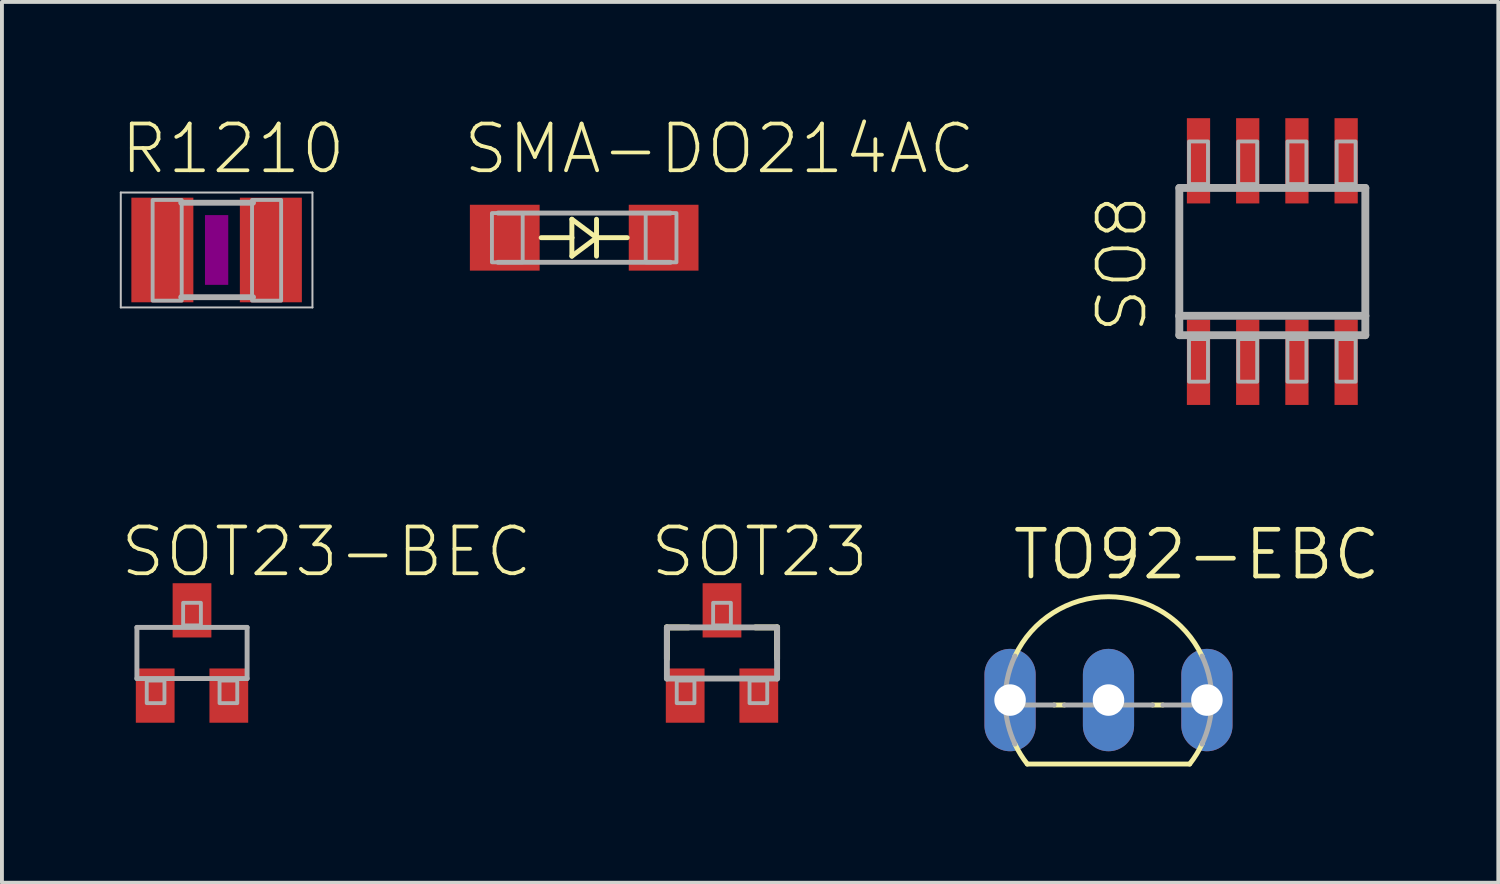
<source format=kicad_pcb>
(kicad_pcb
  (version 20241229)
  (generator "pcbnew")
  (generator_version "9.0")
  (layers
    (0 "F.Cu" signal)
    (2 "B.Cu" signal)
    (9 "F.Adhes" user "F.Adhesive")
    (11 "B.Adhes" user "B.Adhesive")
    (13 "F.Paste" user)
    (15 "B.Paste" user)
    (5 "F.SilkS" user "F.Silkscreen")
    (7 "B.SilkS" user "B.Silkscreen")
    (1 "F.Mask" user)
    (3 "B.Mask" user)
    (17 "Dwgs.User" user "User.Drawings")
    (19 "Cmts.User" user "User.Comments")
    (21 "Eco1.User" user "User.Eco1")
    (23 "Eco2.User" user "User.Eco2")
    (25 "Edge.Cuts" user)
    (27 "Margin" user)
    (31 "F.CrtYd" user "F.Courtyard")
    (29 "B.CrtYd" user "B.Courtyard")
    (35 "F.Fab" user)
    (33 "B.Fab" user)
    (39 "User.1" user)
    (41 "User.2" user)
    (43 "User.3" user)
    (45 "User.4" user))
  (footprint "TO92-EBC"
    (layer "F.Cu")
    (at 25.556 13.746)
    (property "Reference" "TO92-EBC" (at -2.54 -1.778 0) (layer "F.SilkS") (effects (font (size 1.206 1.206) (thickness 0.121)) (justify left bottom)))
    (attr through_hole)
    (fp_line (start -2.095 2.921) (end 2.095 2.921) (stroke (width 0.127) (type solid)) (layer "F.SilkS"))
    (fp_line (start -1.136 1.397) (end -1.404 1.397) (stroke (width 0.127) (type solid)) (layer "F.SilkS"))
    (fp_line (start 1.404 1.397) (end 1.136 1.397) (stroke (width 0.127) (type solid)) (layer "F.SilkS"))
    (fp_arc (start -2.413 0.1341) (mid -0.000001 -1.396986) (end 2.412999 0.134099) (stroke (width 0.127) (type solid)) (layer "F.SilkS"))
    (fp_arc (start -2.095 2.921) (mid -2.268918 2.67252) (end -2.4135 2.4059) (stroke (width 0.127) (type solid)) (layer "F.SilkS"))
    (fp_arc (start 2.4247 2.3818) (mid 2.275878 2.661201) (end 2.095 2.921) (stroke (width 0.127) (type solid)) (layer "F.SilkS"))
    (fp_line (start -1.404 1.397) (end -2.664 1.397) (stroke (width 0.127) (type solid)) (layer "F.Fab"))
    (fp_line (start 1.136 1.397) (end -1.136 1.397) (stroke (width 0.127) (type solid)) (layer "F.Fab"))
    (fp_line (start 2.664 1.397) (end 1.404 1.397) (stroke (width 0.127) (type solid)) (layer "F.Fab"))
    (fp_arc (start -2.664 1.397) (mid -2.615858 0.750175) (end -2.413 0.1341) (stroke (width 0.127) (type solid)) (layer "F.Fab"))
    (fp_arc (start -2.413 2.4059) (mid -2.588137 1.913799) (end -2.664 1.397) (stroke (width 0.127) (type solid)) (layer "F.Fab"))
    (fp_arc (start 2.413 0.1341) (mid 2.615858 0.750175) (end 2.664 1.397) (stroke (width 0.127) (type solid)) (layer "F.Fab"))
    (fp_arc (start 2.664 1.397) (mid 2.588137 1.913799) (end 2.413 2.4059) (stroke (width 0.127) (type solid)) (layer "F.Fab"))
    (pad "B" thru_hole oval (at 0 1.27 90) (size 2.642 1.321) (drill 0.813) (layers "*.Cu" "*.Mask"))
    (pad "C" thru_hole oval (at 2.54 1.27 90) (size 2.642 1.321) (drill 0.813) (layers "*.Cu" "*.Mask"))
    (pad "E" thru_hole oval (at -2.54 1.27 90) (size 2.642 1.321) (drill 0.813) (layers "*.Cu" "*.Mask")))
  (footprint "R1210"
    (layer "F.Cu")
    (at 2.54 3.401)
    (property "Reference" "R1210" (at -2.54 -1.905 0) (layer "F.SilkS") (effects (font (size 1.206 1.206) (thickness 0.097)) (justify left bottom)))
    (attr through_hole)
    (fp_poly (pts (xy -0.3 0.9) (xy 0.3 0.9) (xy 0.3 -0.9) (xy -0.3 -0.9)) (stroke (width 0) (type solid)) (fill yes) (layer "F.Adhes"))
    (fp_line (start -2.473 -1.483) (end 2.473 -1.483) (stroke (width 0.051) (type solid)) (layer "Dwgs.User"))
    (fp_line (start -2.473 1.483) (end -2.473 -1.483) (stroke (width 0.051) (type solid)) (layer "Dwgs.User"))
    (fp_line (start 2.473 -1.483) (end 2.473 1.483) (stroke (width 0.051) (type solid)) (layer "Dwgs.User"))
    (fp_line (start 2.473 1.483) (end -2.473 1.483) (stroke (width 0.051) (type solid)) (layer "Dwgs.User"))
    (fp_line (start -0.913 -1.219) (end 0.939 -1.219) (stroke (width 0.152) (type solid)) (layer "F.Fab"))
    (fp_line (start -0.913 1.219) (end 0.939 1.219) (stroke (width 0.152) (type solid)) (layer "F.Fab"))
    (fp_poly (pts (xy -1.651 1.308) (xy -0.901 1.308) (xy -0.901 -1.292) (xy -1.651 -1.292)) (stroke (width 0.1) (type solid)) (fill no) (layer "F.Fab"))
    (fp_poly (pts (xy 0.914 1.308) (xy 1.665 1.308) (xy 1.665 -1.292) (xy 0.914 -1.292)) (stroke (width 0.1) (type solid)) (fill no) (layer "F.Fab"))
    (pad "1" smd rect (at -1.4 0) (size 1.6 2.7) (layers "F.Cu" "F.Mask" "F.Paste"))
    (pad "2" smd rect (at 1.4 0) (size 1.6 2.7) (layers "F.Cu" "F.Mask" "F.Paste")))
  (footprint "SOT23"
    (layer "F.Cu")
    (at 15.582 13.801)
    (property "Reference" "SOT23" (at -1.905 -1.905 0) (layer "F.SilkS") (effects (font (size 1.206 1.206) (thickness 0.097)) (justify left bottom)))
    (attr through_hole)
    (fp_line (start -1.422 -0.66) (end -0.864 -0.66) (stroke (width 0.152) (type solid)) (layer "F.SilkS"))
    (fp_line (start -1.422 0.152) (end -1.422 -0.66) (stroke (width 0.152) (type solid)) (layer "F.SilkS"))
    (fp_line (start 0.864 -0.66) (end 1.422 -0.66) (stroke (width 0.152) (type solid)) (layer "F.SilkS"))
    (fp_line (start 1.422 -0.66) (end 1.422 0.152) (stroke (width 0.152) (type solid)) (layer "F.SilkS"))
    (fp_line (start -1.422 -0.66) (end 1.422 -0.66) (stroke (width 0.152) (type solid)) (layer "F.Fab"))
    (fp_line (start -1.422 0.66) (end -1.422 -0.66) (stroke (width 0.152) (type solid)) (layer "F.Fab"))
    (fp_line (start 1.422 -0.66) (end 1.422 0.66) (stroke (width 0.152) (type solid)) (layer "F.Fab"))
    (fp_line (start 1.422 0.66) (end -1.422 0.66) (stroke (width 0.152) (type solid)) (layer "F.Fab"))
    (fp_poly (pts (xy -1.168 1.295) (xy -0.711 1.295) (xy -0.711 0.711) (xy -1.168 0.711)) (stroke (width 0.1) (type solid)) (fill no) (layer "F.Fab"))
    (fp_poly (pts (xy -0.229 -0.711) (xy 0.229 -0.711) (xy 0.229 -1.295) (xy -0.229 -1.295)) (stroke (width 0.1) (type solid)) (fill no) (layer "F.Fab"))
    (fp_poly (pts (xy 0.711 1.295) (xy 1.168 1.295) (xy 1.168 0.711) (xy 0.711 0.711)) (stroke (width 0.1) (type solid)) (fill no) (layer "F.Fab"))
    (pad "1" smd rect (at -0.95 1.1) (size 1 1.4) (layers "F.Cu" "F.Mask" "F.Paste"))
    (pad "2" smd rect (at 0.95 1.1) (size 1 1.4) (layers "F.Cu" "F.Mask" "F.Paste"))
    (pad "3" smd rect (at 0 -1.1) (size 1 1.4) (layers "F.Cu" "F.Mask" "F.Paste")))
  (footprint "SOT23-BEC"
    (layer "F.Cu")
    (at 1.905 13.801)
    (property "Reference" "SOT23-BEC" (at -1.905 -1.905 180) (layer "F.SilkS") (effects (font (size 1.206 1.206) (thickness 0.097)) (justify left bottom)))
    (attr through_hole)
    (fp_line (start -1.422 -0.66) (end 1.422 -0.66) (stroke (width 0.127) (type solid)) (layer "F.Fab"))
    (fp_line (start -1.422 0.66) (end -1.422 -0.66) (stroke (width 0.127) (type solid)) (layer "F.Fab"))
    (fp_line (start 1.422 -0.66) (end 1.422 0.66) (stroke (width 0.127) (type solid)) (layer "F.Fab"))
    (fp_line (start 1.422 0.66) (end -1.422 0.66) (stroke (width 0.127) (type solid)) (layer "F.Fab"))
    (fp_poly (pts (xy -1.168 1.295) (xy -0.711 1.295) (xy -0.711 0.711) (xy -1.168 0.711)) (stroke (width 0.1) (type solid)) (fill no) (layer "F.Fab"))
    (fp_poly (pts (xy -0.229 -0.711) (xy 0.229 -0.711) (xy 0.229 -1.295) (xy -0.229 -1.295)) (stroke (width 0.1) (type solid)) (fill no) (layer "F.Fab"))
    (fp_poly (pts (xy 0.711 1.295) (xy 1.168 1.295) (xy 1.168 0.711) (xy 0.711 0.711)) (stroke (width 0.1) (type solid)) (fill no) (layer "F.Fab"))
    (pad "B" smd rect (at -0.95 1.1) (size 1 1.4) (layers "F.Cu" "F.Mask" "F.Paste"))
    (pad "C" smd rect (at 0 -1.1) (size 1 1.4) (layers "F.Cu" "F.Mask" "F.Paste"))
    (pad "E" smd rect (at 0.95 1.1) (size 1 1.4) (layers "F.Cu" "F.Mask" "F.Paste")))
  (footprint "SMA-DO214AC"
    (layer "F.Cu")
    (at 12.026 3.084)
    (property "Reference" "SMA-DO214AC" (at -3.175 -1.587 0) (layer "F.SilkS") (effects (font (size 1.206 1.206) (thickness 0.097)) (justify left bottom)))
    (attr through_hole)
    (fp_line (start -0.318 -0.476) (end -0.318 0) (stroke (width 0.127) (type solid)) (layer "F.SilkS"))
    (fp_line (start -0.318 0) (end -1.111 0) (stroke (width 0.127) (type solid)) (layer "F.SilkS"))
    (fp_line (start -0.318 0) (end -0.318 0.476) (stroke (width 0.127) (type solid)) (layer "F.SilkS"))
    (fp_line (start -0.318 0.476) (end 0.318 0) (stroke (width 0.127) (type solid)) (layer "F.SilkS"))
    (fp_line (start 0.318 0) (end -0.318 -0.476) (stroke (width 0.127) (type solid)) (layer "F.SilkS"))
    (fp_line (start 0.318 0) (end 0.318 -0.476) (stroke (width 0.127) (type solid)) (layer "F.SilkS"))
    (fp_line (start 0.318 0) (end 0.318 0.476) (stroke (width 0.127) (type solid)) (layer "F.SilkS"))
    (fp_line (start 0.318 0) (end 1.111 0) (stroke (width 0.127) (type solid)) (layer "F.SilkS"))
    (fp_line (start -2.223 -0.635) (end 2.223 -0.635) (stroke (width 0.127) (type solid)) (layer "F.Fab"))
    (fp_line (start -2.223 0.635) (end 2.223 0.635) (stroke (width 0.127) (type solid)) (layer "F.Fab"))
    (fp_poly (pts (xy -2.381 0.635) (xy -1.587 0.635) (xy -1.587 -0.635) (xy -2.381 -0.635)) (stroke (width 0.1) (type solid)) (fill no) (layer "F.Fab"))
    (fp_poly (pts (xy 1.587 0.635) (xy 2.381 0.635) (xy 2.381 -0.635) (xy 1.587 -0.635)) (stroke (width 0.1) (type solid)) (fill no) (layer "F.Fab"))
    (pad "A" smd rect (at -2.05 0) (size 1.8 1.7) (layers "F.Cu" "F.Mask" "F.Paste"))
    (pad "K" smd rect (at 2.05 0) (size 1.8 1.7) (layers "F.Cu" "F.Mask" "F.Paste")))
  (footprint "SO8"
    (layer "F.Cu")
    (at 29.784 3.7)
    (property "Reference" "SO8" (at -3.175 1.905 270) (layer "F.SilkS") (effects (font (size 1.206 1.206) (thickness 0.097)) (justify left bottom)))
    (attr through_hole)
    (fp_line (start -2.4 -1.9) (end 2.4 -1.9) (stroke (width 0.203) (type solid)) (layer "F.Fab"))
    (fp_line (start -2.4 1.4) (end -2.4 -1.9) (stroke (width 0.203) (type solid)) (layer "F.Fab"))
    (fp_line (start -2.4 1.9) (end -2.4 1.4) (stroke (width 0.203) (type solid)) (layer "F.Fab"))
    (fp_line (start 2.4 -1.9) (end 2.4 1.4) (stroke (width 0.203) (type solid)) (layer "F.Fab"))
    (fp_line (start 2.4 1.4) (end -2.4 1.4) (stroke (width 0.203) (type solid)) (layer "F.Fab"))
    (fp_line (start 2.4 1.4) (end 2.4 1.9) (stroke (width 0.203) (type solid)) (layer "F.Fab"))
    (fp_line (start 2.4 1.9) (end -2.4 1.9) (stroke (width 0.203) (type solid)) (layer "F.Fab"))
    (fp_poly (pts (xy -2.15 -2) (xy -1.66 -2) (xy -1.66 -3.1) (xy -2.15 -3.1)) (stroke (width 0.1) (type solid)) (fill no) (layer "F.Fab"))
    (fp_poly (pts (xy -2.15 3.1) (xy -1.66 3.1) (xy -1.66 2) (xy -2.15 2)) (stroke (width 0.1) (type solid)) (fill no) (layer "F.Fab"))
    (fp_poly (pts (xy -0.88 -2) (xy -0.39 -2) (xy -0.39 -3.1) (xy -0.88 -3.1)) (stroke (width 0.1) (type solid)) (fill no) (layer "F.Fab"))
    (fp_poly (pts (xy -0.88 3.1) (xy -0.39 3.1) (xy -0.39 2) (xy -0.88 2)) (stroke (width 0.1) (type solid)) (fill no) (layer "F.Fab"))
    (fp_poly (pts (xy 0.39 -2) (xy 0.88 -2) (xy 0.88 -3.1) (xy 0.39 -3.1)) (stroke (width 0.1) (type solid)) (fill no) (layer "F.Fab"))
    (fp_poly (pts (xy 0.39 3.1) (xy 0.88 3.1) (xy 0.88 2) (xy 0.39 2)) (stroke (width 0.1) (type solid)) (fill no) (layer "F.Fab"))
    (fp_poly (pts (xy 1.66 -2) (xy 2.15 -2) (xy 2.15 -3.1) (xy 1.66 -3.1)) (stroke (width 0.1) (type solid)) (fill no) (layer "F.Fab"))
    (fp_poly (pts (xy 1.66 3.1) (xy 2.15 3.1) (xy 2.15 2) (xy 1.66 2)) (stroke (width 0.1) (type solid)) (fill no) (layer "F.Fab"))
    (pad "1" smd rect (at -1.905 2.6) (size 0.6 2.2) (layers "F.Cu" "F.Mask" "F.Paste"))
    (pad "2" smd rect (at -0.635 2.6) (size 0.6 2.2) (layers "F.Cu" "F.Mask" "F.Paste"))
    (pad "3" smd rect (at 0.635 2.6) (size 0.6 2.2) (layers "F.Cu" "F.Mask" "F.Paste"))
    (pad "4" smd rect (at 1.905 2.6) (size 0.6 2.2) (layers "F.Cu" "F.Mask" "F.Paste"))
    (pad "5" smd rect (at 1.905 -2.6) (size 0.6 2.2) (layers "F.Cu" "F.Mask" "F.Paste"))
    (pad "6" smd rect (at 0.635 -2.6) (size 0.6 2.2) (layers "F.Cu" "F.Mask" "F.Paste"))
    (pad "7" smd rect (at -0.635 -2.6) (size 0.6 2.2) (layers "F.Cu" "F.Mask" "F.Paste"))
    (pad "8" smd rect (at -1.905 -2.6) (size 0.6 2.2) (layers "F.Cu" "F.Mask" "F.Paste")))
  (gr_rect
    (start -3 -3)
    (end 35.616 19.731)
    (stroke (width 0.1) (type default))
    (fill no)
    (layer "Edge.Cuts")))
</source>
